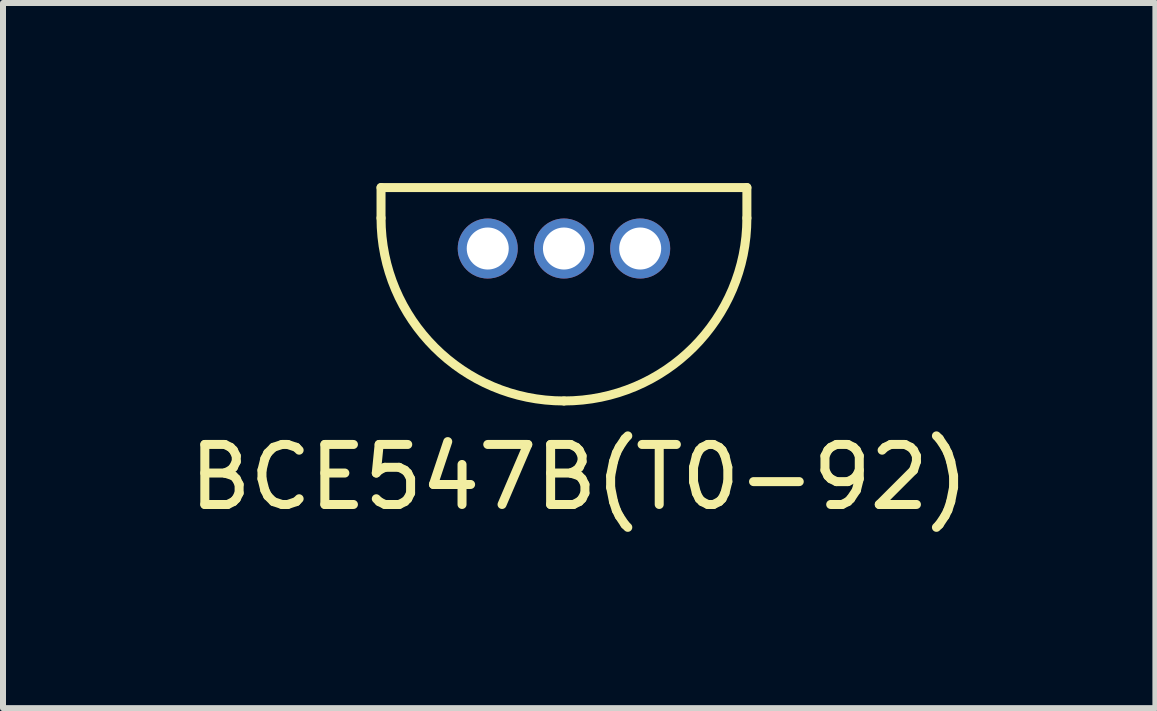
<source format=kicad_pcb>
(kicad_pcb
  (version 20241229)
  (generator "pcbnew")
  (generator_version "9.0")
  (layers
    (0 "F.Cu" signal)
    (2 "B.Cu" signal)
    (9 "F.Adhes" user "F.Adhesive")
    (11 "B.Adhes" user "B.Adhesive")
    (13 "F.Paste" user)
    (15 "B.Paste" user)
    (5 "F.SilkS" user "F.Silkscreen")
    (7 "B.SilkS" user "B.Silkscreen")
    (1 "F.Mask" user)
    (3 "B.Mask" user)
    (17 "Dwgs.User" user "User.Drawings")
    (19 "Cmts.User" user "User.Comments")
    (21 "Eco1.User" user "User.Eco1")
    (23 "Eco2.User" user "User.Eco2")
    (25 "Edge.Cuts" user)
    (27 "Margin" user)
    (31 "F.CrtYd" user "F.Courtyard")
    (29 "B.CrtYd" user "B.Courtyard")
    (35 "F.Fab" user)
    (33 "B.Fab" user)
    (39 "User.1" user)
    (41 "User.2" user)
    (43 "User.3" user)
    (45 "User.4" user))
  (footprint "BCE547B(T0-92)"
    (layer "F.Cu")
    (at 4.061 4.393)
    (property "Reference" "BCE547B(T0-92)" (at 2.54 0.508 0) (layer "F.SilkS") (effects (font (size 1 1) (thickness 0.15))))
    (attr through_hole)
    (fp_line (start -0.762 -4.318) (end 5.334 -4.318) (stroke (width 0.15) (type solid)) (layer "F.SilkS"))
    (fp_line (start -0.762 -3.81) (end -0.762 -4.318) (stroke (width 0.15) (type solid)) (layer "F.SilkS"))
    (fp_line (start 5.334 -3.81) (end 5.334 -4.318) (stroke (width 0.15) (type solid)) (layer "F.SilkS"))
    (fp_arc (start 2.286 -0.762) (mid 0.130739 -1.654739) (end -0.762 -3.81) (stroke (width 0.15) (type solid)) (layer "F.SilkS"))
    (fp_arc (start 5.334 -3.81) (mid 4.441261 -1.654739) (end 2.286 -0.762) (stroke (width 0.15) (type solid)) (layer "F.SilkS"))
    (pad "1" thru_hole circle (at 3.556 -3.302) (size 1 1) (drill 0.7) (layers "*.Cu" "*.Mask"))
    (pad "2" thru_hole circle (at 2.286 -3.302) (size 1 1) (drill 0.7) (layers "*.Cu" "*.Mask"))
    (pad "3" thru_hole circle (at 1.016 -3.302) (size 1 1) (drill 0.7) (layers "*.Cu" "*.Mask")))
  (gr_rect
    (start -3 -3)
    (end 16.202 8.749)
    (stroke (width 0.1) (type default))
    (fill no)
    (layer "Edge.Cuts")))
</source>
